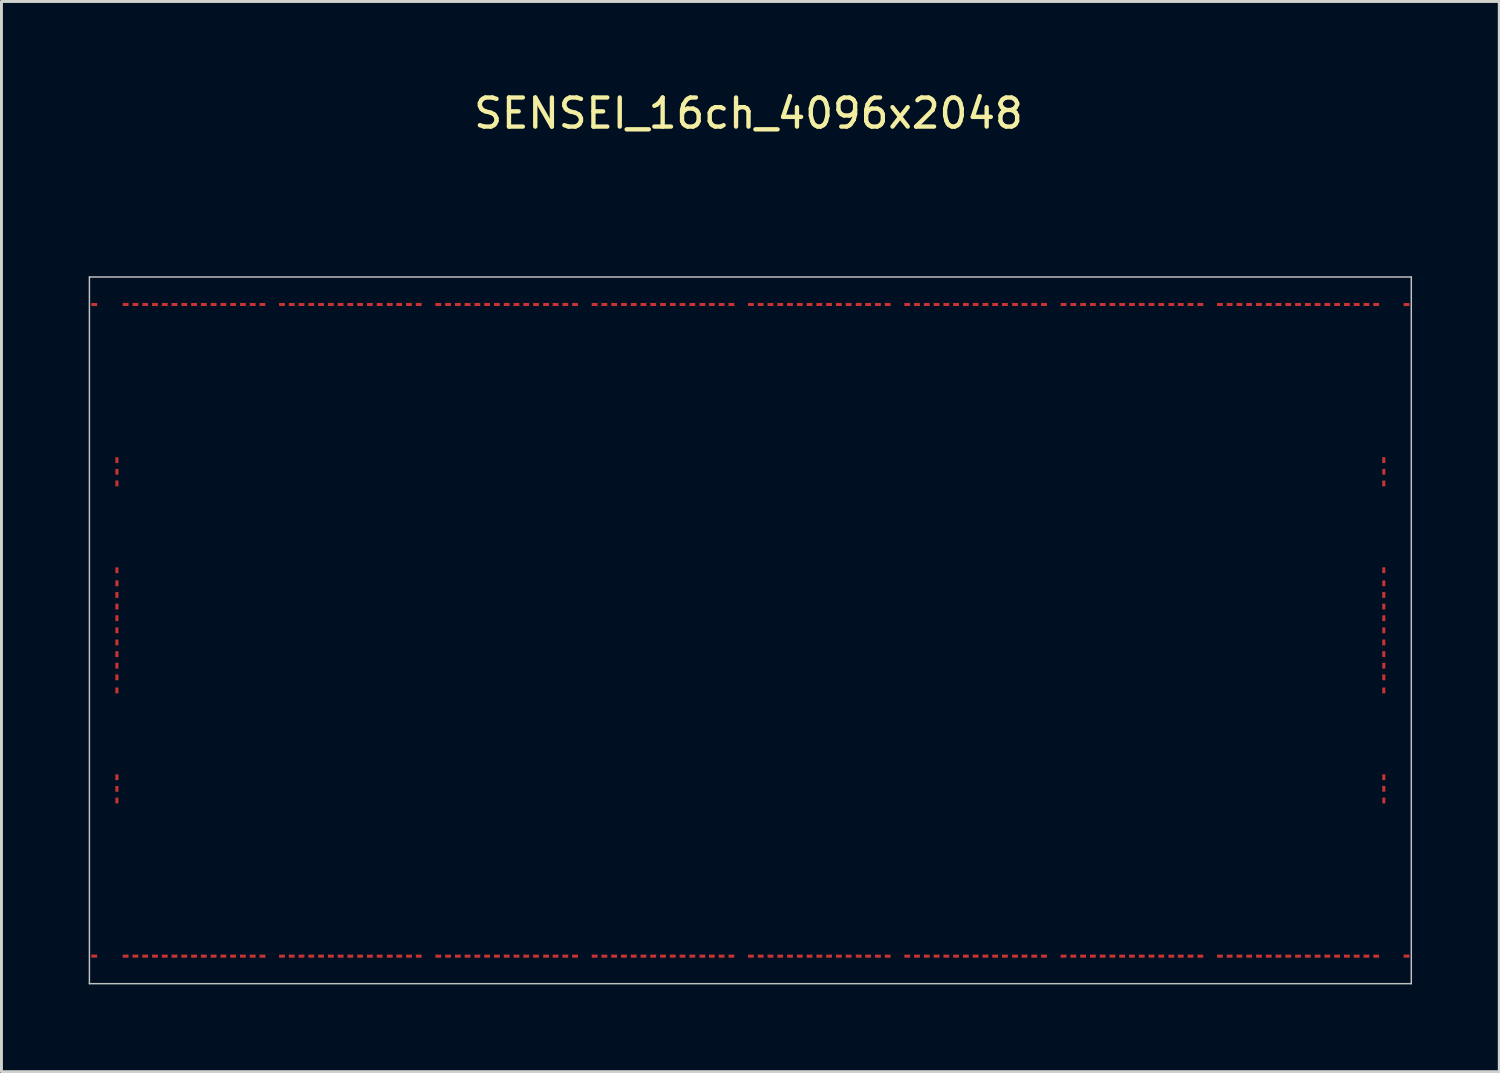
<source format=kicad_pcb>
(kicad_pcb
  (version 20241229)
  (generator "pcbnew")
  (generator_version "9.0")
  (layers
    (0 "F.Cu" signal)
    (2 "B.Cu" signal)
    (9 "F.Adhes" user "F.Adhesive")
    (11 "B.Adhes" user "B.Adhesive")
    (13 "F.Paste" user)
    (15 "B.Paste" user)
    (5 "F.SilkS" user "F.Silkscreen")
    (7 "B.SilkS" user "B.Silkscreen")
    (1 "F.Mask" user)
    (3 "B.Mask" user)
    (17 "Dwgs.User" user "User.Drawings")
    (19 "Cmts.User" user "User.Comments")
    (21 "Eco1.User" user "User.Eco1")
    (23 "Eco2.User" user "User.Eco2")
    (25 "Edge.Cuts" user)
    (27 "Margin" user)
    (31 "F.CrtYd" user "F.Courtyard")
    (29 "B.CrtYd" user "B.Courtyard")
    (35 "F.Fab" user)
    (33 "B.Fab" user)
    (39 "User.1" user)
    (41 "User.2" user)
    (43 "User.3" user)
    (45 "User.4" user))
  (footprint "SENSEI_16ch_4096x2048"
    (layer "F.Cu")
    (at 22.756 18.628)
    (property "Reference" "SENSEI_16ch_4096x2048" (at -0.064 -17.78 0) (layer "F.SilkS") (effects (font (size 1 1) (thickness 0.15))))
    (attr through_hole)
    (fp_line (start -22.731 -12.152) (end -22.731 12.152) (stroke (width 0.05) (type solid)) (layer "Dwgs.User"))
    (fp_line (start -22.731 -12.152) (end 22.731 -12.152) (stroke (width 0.05) (type solid)) (layer "Dwgs.User"))
    (fp_line (start -22.731 12.152) (end 22.731 12.152) (stroke (width 0.05) (type solid)) (layer "Dwgs.User"))
    (fp_line (start 22.731 -12.152) (end 22.731 12.152) (stroke (width 0.05) (type solid)) (layer "Dwgs.User"))
    (pad "1" smd rect (at -22.566 -11.204) (size 0.2 0.105) (layers "F.Cu" "F.Mask" "F.Paste"))
    (pad "2" smd rect (at -21.785 -5.853 90) (size 0.2 0.105) (layers "F.Cu" "F.Mask" "F.Paste"))
    (pad "3" smd rect (at -21.785 -5.452 90) (size 0.2 0.105) (layers "F.Cu" "F.Mask" "F.Paste"))
    (pad "4" smd rect (at -21.785 -5.053 90) (size 0.2 0.105) (layers "F.Cu" "F.Mask" "F.Paste"))
    (pad "5" smd rect (at -21.785 -2.067 90) (size 0.2 0.105) (layers "F.Cu" "F.Mask" "F.Paste"))
    (pad "6" smd rect (at -21.785 -1.617 90) (size 0.2 0.105) (layers "F.Cu" "F.Mask" "F.Paste"))
    (pad "7" smd rect (at -21.785 -1.217 90) (size 0.2 0.105) (layers "F.Cu" "F.Mask" "F.Paste"))
    (pad "8" smd rect (at -21.785 -0.817 90) (size 0.2 0.105) (layers "F.Cu" "F.Mask" "F.Paste"))
    (pad "9" smd rect (at -21.785 -0.417 90) (size 0.2 0.105) (layers "F.Cu" "F.Mask" "F.Paste"))
    (pad "10" smd rect (at -21.785 0 90) (size 0.2 0.105) (layers "F.Cu" "F.Mask" "F.Paste"))
    (pad "11" smd rect (at -21.785 0.417 90) (size 0.2 0.105) (layers "F.Cu" "F.Mask" "F.Paste"))
    (pad "12" smd rect (at -21.785 0.817 90) (size 0.2 0.105) (layers "F.Cu" "F.Mask" "F.Paste"))
    (pad "13" smd rect (at -21.785 1.217 90) (size 0.2 0.105) (layers "F.Cu" "F.Mask" "F.Paste"))
    (pad "14" smd rect (at -21.785 1.617 270) (size 0.2 0.105) (layers "F.Cu" "F.Mask" "F.Paste"))
    (pad "15" smd rect (at -21.785 2.067 90) (size 0.2 0.105) (layers "F.Cu" "F.Mask" "F.Paste"))
    (pad "16" smd rect (at -21.785 5.053 90) (size 0.2 0.105) (layers "F.Cu" "F.Mask" "F.Paste"))
    (pad "17" smd rect (at -21.785 5.452 90) (size 0.2 0.105) (layers "F.Cu" "F.Mask" "F.Paste"))
    (pad "18" smd rect (at -21.785 5.853 90) (size 0.2 0.105) (layers "F.Cu" "F.Mask" "F.Paste"))
    (pad "19" smd rect (at -22.566 11.204) (size 0.2 0.105) (layers "F.Cu" "F.Mask" "F.Paste"))
    (pad "20" smd rect (at -21.485 11.206) (size 0.2 0.105) (layers "F.Cu" "F.Mask" "F.Paste"))
    (pad "21" smd rect (at -21.148 11.206) (size 0.2 0.105) (layers "F.Cu" "F.Mask" "F.Paste"))
    (pad "22" smd rect (at -20.812 11.206) (size 0.2 0.105) (layers "F.Cu" "F.Mask" "F.Paste"))
    (pad "23" smd rect (at -20.477 11.206) (size 0.2 0.105) (layers "F.Cu" "F.Mask" "F.Paste"))
    (pad "24" smd rect (at -20.14 11.206) (size 0.2 0.105) (layers "F.Cu" "F.Mask" "F.Paste"))
    (pad "25" smd rect (at -19.805 11.206) (size 0.2 0.105) (layers "F.Cu" "F.Mask" "F.Paste"))
    (pad "26" smd rect (at -19.468 11.206) (size 0.2 0.105) (layers "F.Cu" "F.Mask" "F.Paste"))
    (pad "27" smd rect (at -19.133 11.206) (size 0.2 0.105) (layers "F.Cu" "F.Mask" "F.Paste"))
    (pad "28" smd rect (at -18.797 11.206) (size 0.2 0.105) (layers "F.Cu" "F.Mask" "F.Paste"))
    (pad "29" smd rect (at -18.46 11.206) (size 0.2 0.105) (layers "F.Cu" "F.Mask" "F.Paste"))
    (pad "30" smd rect (at -18.125 11.206) (size 0.2 0.105) (layers "F.Cu" "F.Mask" "F.Paste"))
    (pad "31" smd rect (at -17.788 11.206) (size 0.2 0.105) (layers "F.Cu" "F.Mask" "F.Paste"))
    (pad "32" smd rect (at -17.453 11.206) (size 0.2 0.105) (layers "F.Cu" "F.Mask" "F.Paste"))
    (pad "33" smd rect (at -17.116 11.206) (size 0.2 0.105) (layers "F.Cu" "F.Mask" "F.Paste"))
    (pad "34" smd rect (at -16.78 11.206) (size 0.2 0.105) (layers "F.Cu" "F.Mask" "F.Paste"))
    (pad "35" smd rect (at -16.108 11.206) (size 0.2 0.105) (layers "F.Cu" "F.Mask" "F.Paste"))
    (pad "36" smd rect (at -15.773 11.206) (size 0.2 0.105) (layers "F.Cu" "F.Mask" "F.Paste"))
    (pad "37" smd rect (at -15.437 11.206) (size 0.2 0.105) (layers "F.Cu" "F.Mask" "F.Paste"))
    (pad "38" smd rect (at -15.101 11.206) (size 0.2 0.105) (layers "F.Cu" "F.Mask" "F.Paste"))
    (pad "39" smd rect (at -14.764 11.206) (size 0.2 0.105) (layers "F.Cu" "F.Mask" "F.Paste"))
    (pad "40" smd rect (at -14.428 11.206) (size 0.2 0.105) (layers "F.Cu" "F.Mask" "F.Paste"))
    (pad "41" smd rect (at -14.092 11.206) (size 0.2 0.105) (layers "F.Cu" "F.Mask" "F.Paste"))
    (pad "42" smd rect (at -13.757 11.206) (size 0.2 0.105) (layers "F.Cu" "F.Mask" "F.Paste"))
    (pad "43" smd rect (at -13.421 11.206) (size 0.2 0.105) (layers "F.Cu" "F.Mask" "F.Paste"))
    (pad "44" smd rect (at -13.085 11.206) (size 0.2 0.105) (layers "F.Cu" "F.Mask" "F.Paste"))
    (pad "45" smd rect (at -12.748 11.206) (size 0.2 0.105) (layers "F.Cu" "F.Mask" "F.Paste"))
    (pad "46" smd rect (at -12.401 11.206) (size 0.2 0.105) (layers "F.Cu" "F.Mask" "F.Paste"))
    (pad "47" smd rect (at -12.076 11.206) (size 0.2 0.105) (layers "F.Cu" "F.Mask" "F.Paste"))
    (pad "48" smd rect (at -11.741 11.206) (size 0.2 0.105) (layers "F.Cu" "F.Mask" "F.Paste"))
    (pad "49" smd rect (at -11.405 11.206) (size 0.2 0.105) (layers "F.Cu" "F.Mask" "F.Paste"))
    (pad "50" smd rect (at -10.732 11.206) (size 0.2 0.105) (layers "F.Cu" "F.Mask" "F.Paste"))
    (pad "51" smd rect (at -10.396 11.206) (size 0.2 0.105) (layers "F.Cu" "F.Mask" "F.Paste"))
    (pad "52" smd rect (at -10.06 11.206) (size 0.2 0.105) (layers "F.Cu" "F.Mask" "F.Paste"))
    (pad "53" smd rect (at -9.725 11.206) (size 0.2 0.105) (layers "F.Cu" "F.Mask" "F.Paste"))
    (pad "54" smd rect (at -9.389 11.206) (size 0.2 0.105) (layers "F.Cu" "F.Mask" "F.Paste"))
    (pad "55" smd rect (at -9.053 11.206) (size 0.2 0.105) (layers "F.Cu" "F.Mask" "F.Paste"))
    (pad "56" smd rect (at -8.716 11.206) (size 0.2 0.105) (layers "F.Cu" "F.Mask" "F.Paste"))
    (pad "57" smd rect (at -8.38 11.206) (size 0.2 0.105) (layers "F.Cu" "F.Mask" "F.Paste"))
    (pad "58" smd rect (at -8.044 11.206) (size 0.2 0.105) (layers "F.Cu" "F.Mask" "F.Paste"))
    (pad "59" smd rect (at -7.708 11.206) (size 0.2 0.105) (layers "F.Cu" "F.Mask" "F.Paste"))
    (pad "60" smd rect (at -7.372 11.206) (size 0.2 0.105) (layers "F.Cu" "F.Mask" "F.Paste"))
    (pad "61" smd rect (at -7.025 11.206) (size 0.2 0.105) (layers "F.Cu" "F.Mask" "F.Paste"))
    (pad "62" smd rect (at -6.7 11.206) (size 0.2 0.105) (layers "F.Cu" "F.Mask" "F.Paste"))
    (pad "63" smd rect (at -6.364 11.206) (size 0.2 0.105) (layers "F.Cu" "F.Mask" "F.Paste"))
    (pad "64" smd rect (at -6.029 11.206) (size 0.2 0.105) (layers "F.Cu" "F.Mask" "F.Paste"))
    (pad "65" smd rect (at -5.356 11.206) (size 0.2 0.105) (layers "F.Cu" "F.Mask" "F.Paste"))
    (pad "66" smd rect (at -5.021 11.206) (size 0.2 0.105) (layers "F.Cu" "F.Mask" "F.Paste"))
    (pad "67" smd rect (at -4.684 11.206) (size 0.2 0.105) (layers "F.Cu" "F.Mask" "F.Paste"))
    (pad "68" smd rect (at -4.348 11.206) (size 0.2 0.105) (layers "F.Cu" "F.Mask" "F.Paste"))
    (pad "69" smd rect (at -4.013 11.206) (size 0.2 0.105) (layers "F.Cu" "F.Mask" "F.Paste"))
    (pad "70" smd rect (at -3.676 11.206) (size 0.2 0.105) (layers "F.Cu" "F.Mask" "F.Paste"))
    (pad "71" smd rect (at -3.341 11.206) (size 0.2 0.105) (layers "F.Cu" "F.Mask" "F.Paste"))
    (pad "72" smd rect (at -3.005 11.206) (size 0.2 0.105) (layers "F.Cu" "F.Mask" "F.Paste"))
    (pad "73" smd rect (at -2.668 11.206) (size 0.2 0.105) (layers "F.Cu" "F.Mask" "F.Paste"))
    (pad "74" smd rect (at -2.333 11.206) (size 0.2 0.105) (layers "F.Cu" "F.Mask" "F.Paste"))
    (pad "75" smd rect (at -1.996 11.206) (size 0.2 0.105) (layers "F.Cu" "F.Mask" "F.Paste"))
    (pad "76" smd rect (at -1.649 11.206) (size 0.2 0.105) (layers "F.Cu" "F.Mask" "F.Paste"))
    (pad "77" smd rect (at -1.325 11.206) (size 0.2 0.105) (layers "F.Cu" "F.Mask" "F.Paste"))
    (pad "78" smd rect (at -0.989 11.206) (size 0.2 0.105) (layers "F.Cu" "F.Mask" "F.Paste"))
    (pad "79" smd rect (at -0.652 11.206) (size 0.2 0.105) (layers "F.Cu" "F.Mask" "F.Paste"))
    (pad "80" smd rect (at 0.019 11.206) (size 0.2 0.105) (layers "F.Cu" "F.Mask" "F.Paste"))
    (pad "81" smd rect (at 0.355 11.206) (size 0.2 0.105) (layers "F.Cu" "F.Mask" "F.Paste"))
    (pad "82" smd rect (at 0.692 11.206) (size 0.2 0.105) (layers "F.Cu" "F.Mask" "F.Paste"))
    (pad "83" smd rect (at 1.028 11.206) (size 0.2 0.105) (layers "F.Cu" "F.Mask" "F.Paste"))
    (pad "84" smd rect (at 1.363 11.206) (size 0.2 0.105) (layers "F.Cu" "F.Mask" "F.Paste"))
    (pad "85" smd rect (at 1.7 11.206) (size 0.2 0.105) (layers "F.Cu" "F.Mask" "F.Paste"))
    (pad "86" smd rect (at 2.035 11.206) (size 0.2 0.105) (layers "F.Cu" "F.Mask" "F.Paste"))
    (pad "87" smd rect (at 2.372 11.206) (size 0.2 0.105) (layers "F.Cu" "F.Mask" "F.Paste"))
    (pad "88" smd rect (at 2.708 11.206) (size 0.2 0.105) (layers "F.Cu" "F.Mask" "F.Paste"))
    (pad "89" smd rect (at 3.043 11.206) (size 0.2 0.105) (layers "F.Cu" "F.Mask" "F.Paste"))
    (pad "90" smd rect (at 3.38 11.206) (size 0.2 0.105) (layers "F.Cu" "F.Mask" "F.Paste"))
    (pad "91" smd rect (at 3.727 11.206) (size 0.2 0.105) (layers "F.Cu" "F.Mask" "F.Paste"))
    (pad "92" smd rect (at 4.051 11.206) (size 0.2 0.105) (layers "F.Cu" "F.Mask" "F.Paste"))
    (pad "93" smd rect (at 4.388 11.206) (size 0.2 0.105) (layers "F.Cu" "F.Mask" "F.Paste"))
    (pad "94" smd rect (at 4.723 11.206) (size 0.2 0.105) (layers "F.Cu" "F.Mask" "F.Paste"))
    (pad "95" smd rect (at 5.396 11.206) (size 0.2 0.105) (layers "F.Cu" "F.Mask" "F.Paste"))
    (pad "96" smd rect (at 5.731 11.206) (size 0.2 0.105) (layers "F.Cu" "F.Mask" "F.Paste"))
    (pad "97" smd rect (at 6.067 11.206) (size 0.2 0.105) (layers "F.Cu" "F.Mask" "F.Paste"))
    (pad "98" smd rect (at 6.404 11.206) (size 0.2 0.105) (layers "F.Cu" "F.Mask" "F.Paste"))
    (pad "99" smd rect (at 6.739 11.206) (size 0.2 0.105) (layers "F.Cu" "F.Mask" "F.Paste"))
    (pad "100" smd rect (at 7.075 11.206) (size 0.2 0.105) (layers "F.Cu" "F.Mask" "F.Paste"))
    (pad "101" smd rect (at 7.412 11.206) (size 0.2 0.105) (layers "F.Cu" "F.Mask" "F.Paste"))
    (pad "102" smd rect (at 7.747 11.206) (size 0.2 0.105) (layers "F.Cu" "F.Mask" "F.Paste"))
    (pad "103" smd rect (at 8.084 11.206) (size 0.2 0.105) (layers "F.Cu" "F.Mask" "F.Paste"))
    (pad "104" smd rect (at 8.419 11.206) (size 0.2 0.105) (layers "F.Cu" "F.Mask" "F.Paste"))
    (pad "105" smd rect (at 8.755 11.206) (size 0.2 0.105) (layers "F.Cu" "F.Mask" "F.Paste"))
    (pad "106" smd rect (at 9.103 11.206) (size 0.2 0.105) (layers "F.Cu" "F.Mask" "F.Paste"))
    (pad "107" smd rect (at 9.428 11.206) (size 0.2 0.105) (layers "F.Cu" "F.Mask" "F.Paste"))
    (pad "108" smd rect (at 9.764 11.206) (size 0.2 0.105) (layers "F.Cu" "F.Mask" "F.Paste"))
    (pad "109" smd rect (at 10.1 11.206) (size 0.2 0.105) (layers "F.Cu" "F.Mask" "F.Paste"))
    (pad "110" smd rect (at 10.771 11.206) (size 0.2 0.105) (layers "F.Cu" "F.Mask" "F.Paste"))
    (pad "111" smd rect (at 11.107 11.206) (size 0.2 0.105) (layers "F.Cu" "F.Mask" "F.Paste"))
    (pad "112" smd rect (at 11.444 11.206) (size 0.2 0.105) (layers "F.Cu" "F.Mask" "F.Paste"))
    (pad "113" smd rect (at 11.78 11.206) (size 0.2 0.105) (layers "F.Cu" "F.Mask" "F.Paste"))
    (pad "114" smd rect (at 12.116 11.206) (size 0.2 0.105) (layers "F.Cu" "F.Mask" "F.Paste"))
    (pad "115" smd rect (at 12.451 11.206) (size 0.2 0.105) (layers "F.Cu" "F.Mask" "F.Paste"))
    (pad "116" smd rect (at 12.787 11.206) (size 0.2 0.105) (layers "F.Cu" "F.Mask" "F.Paste"))
    (pad "117" smd rect (at 13.123 11.206) (size 0.2 0.105) (layers "F.Cu" "F.Mask" "F.Paste"))
    (pad "118" smd rect (at 13.46 11.206) (size 0.2 0.105) (layers "F.Cu" "F.Mask" "F.Paste"))
    (pad "119" smd rect (at 13.796 11.206) (size 0.2 0.105) (layers "F.Cu" "F.Mask" "F.Paste"))
    (pad "120" smd rect (at 14.132 11.206) (size 0.2 0.105) (layers "F.Cu" "F.Mask" "F.Paste"))
    (pad "121" smd rect (at 14.479 11.206) (size 0.2 0.105) (layers "F.Cu" "F.Mask" "F.Paste"))
    (pad "122" smd rect (at 14.803 11.206) (size 0.2 0.105) (layers "F.Cu" "F.Mask" "F.Paste"))
    (pad "123" smd rect (at 15.139 11.206) (size 0.2 0.105) (layers "F.Cu" "F.Mask" "F.Paste"))
    (pad "124" smd rect (at 15.476 11.206) (size 0.2 0.105) (layers "F.Cu" "F.Mask" "F.Paste"))
    (pad "125" smd rect (at 16.148 11.206) (size 0.2 0.105) (layers "F.Cu" "F.Mask" "F.Paste"))
    (pad "126" smd rect (at 16.483 11.206) (size 0.2 0.105) (layers "F.Cu" "F.Mask" "F.Paste"))
    (pad "127" smd rect (at 16.82 11.206) (size 0.2 0.105) (layers "F.Cu" "F.Mask" "F.Paste"))
    (pad "128" smd rect (at 17.155 11.206) (size 0.2 0.105) (layers "F.Cu" "F.Mask" "F.Paste"))
    (pad "129" smd rect (at 17.491 11.206) (size 0.2 0.105) (layers "F.Cu" "F.Mask" "F.Paste"))
    (pad "130" smd rect (at 17.828 11.206) (size 0.2 0.105) (layers "F.Cu" "F.Mask" "F.Paste"))
    (pad "131" smd rect (at 18.163 11.206) (size 0.2 0.105) (layers "F.Cu" "F.Mask" "F.Paste"))
    (pad "132" smd rect (at 18.5 11.206) (size 0.2 0.105) (layers "F.Cu" "F.Mask" "F.Paste"))
    (pad "133" smd rect (at 18.835 11.206) (size 0.2 0.105) (layers "F.Cu" "F.Mask" "F.Paste"))
    (pad "134" smd rect (at 19.172 11.206) (size 0.2 0.105) (layers "F.Cu" "F.Mask" "F.Paste"))
    (pad "135" smd rect (at 19.508 11.206) (size 0.2 0.105) (layers "F.Cu" "F.Mask" "F.Paste"))
    (pad "136" smd rect (at 19.843 11.206) (size 0.2 0.105) (layers "F.Cu" "F.Mask" "F.Paste"))
    (pad "137" smd rect (at 20.18 11.206) (size 0.2 0.105) (layers "F.Cu" "F.Mask" "F.Paste"))
    (pad "138" smd rect (at 20.515 11.206) (size 0.2 0.105) (layers "F.Cu" "F.Mask" "F.Paste"))
    (pad "139" smd rect (at 20.852 11.206) (size 0.2 0.105) (layers "F.Cu" "F.Mask" "F.Paste"))
    (pad "140" smd rect (at 21.188 11.206) (size 0.2 0.105) (layers "F.Cu" "F.Mask" "F.Paste"))
    (pad "141" smd rect (at 21.523 11.206) (size 0.2 0.105) (layers "F.Cu" "F.Mask" "F.Paste"))
    (pad "142" smd rect (at 22.566 11.204) (size 0.2 0.105) (layers "F.Cu" "F.Mask" "F.Paste"))
    (pad "143" smd rect (at 21.785 5.853 90) (size 0.2 0.105) (layers "F.Cu" "F.Mask" "F.Paste"))
    (pad "144" smd rect (at 21.785 5.452 90) (size 0.2 0.105) (layers "F.Cu" "F.Mask" "F.Paste"))
    (pad "145" smd rect (at 21.785 5.053 270) (size 0.2 0.105) (layers "F.Cu" "F.Mask" "F.Paste"))
    (pad "146" smd rect (at 21.785 2.067 90) (size 0.2 0.105) (layers "F.Cu" "F.Mask" "F.Paste"))
    (pad "147" smd rect (at 21.785 1.617 90) (size 0.2 0.105) (layers "F.Cu" "F.Mask" "F.Paste"))
    (pad "148" smd rect (at 21.785 1.217 90) (size 0.2 0.105) (layers "F.Cu" "F.Mask" "F.Paste"))
    (pad "149" smd rect (at 21.785 0.817 90) (size 0.2 0.105) (layers "F.Cu" "F.Mask" "F.Paste"))
    (pad "150" smd rect (at 21.785 0.417 90) (size 0.2 0.105) (layers "F.Cu" "F.Mask" "F.Paste"))
    (pad "151" smd rect (at 21.785 0 90) (size 0.2 0.105) (layers "F.Cu" "F.Mask" "F.Paste"))
    (pad "152" smd rect (at 21.785 -0.417 90) (size 0.2 0.105) (layers "F.Cu" "F.Mask" "F.Paste"))
    (pad "153" smd rect (at 21.785 -0.817 90) (size 0.2 0.105) (layers "F.Cu" "F.Mask" "F.Paste"))
    (pad "154" smd rect (at 21.785 -1.217 90) (size 0.2 0.105) (layers "F.Cu" "F.Mask" "F.Paste"))
    (pad "155" smd rect (at 21.785 -1.617 90) (size 0.2 0.105) (layers "F.Cu" "F.Mask" "F.Paste"))
    (pad "156" smd rect (at 21.785 -2.067 90) (size 0.2 0.105) (layers "F.Cu" "F.Mask" "F.Paste"))
    (pad "157" smd rect (at 21.785 -5.053 90) (size 0.2 0.105) (layers "F.Cu" "F.Mask" "F.Paste"))
    (pad "158" smd rect (at 21.785 -5.452 90) (size 0.2 0.105) (layers "F.Cu" "F.Mask" "F.Paste"))
    (pad "159" smd rect (at 21.785 -5.853 90) (size 0.2 0.105) (layers "F.Cu" "F.Mask" "F.Paste"))
    (pad "160" smd rect (at 22.566 -11.204 180) (size 0.2 0.105) (layers "F.Cu" "F.Mask" "F.Paste"))
    (pad "161" smd rect (at 21.523 -11.206 180) (size 0.2 0.105) (layers "F.Cu" "F.Mask" "F.Paste"))
    (pad "162" smd rect (at 21.188 -11.206 180) (size 0.2 0.105) (layers "F.Cu" "F.Mask" "F.Paste"))
    (pad "163" smd rect (at 20.852 -11.206 180) (size 0.2 0.105) (layers "F.Cu" "F.Mask" "F.Paste"))
    (pad "164" smd rect (at 20.515 -11.206 180) (size 0.2 0.105) (layers "F.Cu" "F.Mask" "F.Paste"))
    (pad "165" smd rect (at 20.18 -11.206 180) (size 0.2 0.105) (layers "F.Cu" "F.Mask" "F.Paste"))
    (pad "166" smd rect (at 19.843 -11.206 180) (size 0.2 0.105) (layers "F.Cu" "F.Mask" "F.Paste"))
    (pad "167" smd rect (at 19.508 -11.206 180) (size 0.2 0.105) (layers "F.Cu" "F.Mask" "F.Paste"))
    (pad "168" smd rect (at 19.172 -11.206 180) (size 0.2 0.105) (layers "F.Cu" "F.Mask" "F.Paste"))
    (pad "169" smd rect (at 18.835 -11.206 180) (size 0.2 0.105) (layers "F.Cu" "F.Mask" "F.Paste"))
    (pad "170" smd rect (at 18.5 -11.206 180) (size 0.2 0.105) (layers "F.Cu" "F.Mask" "F.Paste"))
    (pad "171" smd rect (at 18.163 -11.206 180) (size 0.2 0.105) (layers "F.Cu" "F.Mask" "F.Paste"))
    (pad "172" smd rect (at 17.828 -11.206 180) (size 0.2 0.105) (layers "F.Cu" "F.Mask" "F.Paste"))
    (pad "173" smd rect (at 17.491 -11.206 180) (size 0.2 0.105) (layers "F.Cu" "F.Mask" "F.Paste"))
    (pad "174" smd rect (at 17.155 -11.206 180) (size 0.2 0.105) (layers "F.Cu" "F.Mask" "F.Paste"))
    (pad "175" smd rect (at 16.82 -11.206 180) (size 0.2 0.105) (layers "F.Cu" "F.Mask" "F.Paste"))
    (pad "176" smd rect (at 16.483 -11.206 180) (size 0.2 0.105) (layers "F.Cu" "F.Mask" "F.Paste"))
    (pad "177" smd rect (at 16.148 -11.206 180) (size 0.2 0.105) (layers "F.Cu" "F.Mask" "F.Paste"))
    (pad "178" smd rect (at 15.476 -11.206 180) (size 0.2 0.105) (layers "F.Cu" "F.Mask" "F.Paste"))
    (pad "179" smd rect (at 15.139 -11.206 180) (size 0.2 0.105) (layers "F.Cu" "F.Mask" "F.Paste"))
    (pad "180" smd rect (at 14.803 -11.206 180) (size 0.2 0.105) (layers "F.Cu" "F.Mask" "F.Paste"))
    (pad "181" smd rect (at 14.479 -11.206 180) (size 0.2 0.105) (layers "F.Cu" "F.Mask" "F.Paste"))
    (pad "182" smd rect (at 14.132 -11.206 180) (size 0.2 0.105) (layers "F.Cu" "F.Mask" "F.Paste"))
    (pad "183" smd rect (at 13.796 -11.206 180) (size 0.2 0.105) (layers "F.Cu" "F.Mask" "F.Paste"))
    (pad "184" smd rect (at 13.46 -11.206 180) (size 0.2 0.105) (layers "F.Cu" "F.Mask" "F.Paste"))
    (pad "185" smd rect (at 13.123 -11.206 180) (size 0.2 0.105) (layers "F.Cu" "F.Mask" "F.Paste"))
    (pad "186" smd rect (at 12.787 -11.206 180) (size 0.2 0.105) (layers "F.Cu" "F.Mask" "F.Paste"))
    (pad "187" smd rect (at 12.451 -11.206 180) (size 0.2 0.105) (layers "F.Cu" "F.Mask" "F.Paste"))
    (pad "188" smd rect (at 12.116 -11.206 180) (size 0.2 0.105) (layers "F.Cu" "F.Mask" "F.Paste"))
    (pad "189" smd rect (at 11.78 -11.206 180) (size 0.2 0.105) (layers "F.Cu" "F.Mask" "F.Paste"))
    (pad "190" smd rect (at 11.444 -11.206 180) (size 0.2 0.105) (layers "F.Cu" "F.Mask" "F.Paste"))
    (pad "191" smd rect (at 11.107 -11.206 180) (size 0.2 0.105) (layers "F.Cu" "F.Mask" "F.Paste"))
    (pad "192" smd rect (at 10.771 -11.206 180) (size 0.2 0.105) (layers "F.Cu" "F.Mask" "F.Paste"))
    (pad "193" smd rect (at 10.1 -11.206 180) (size 0.2 0.105) (layers "F.Cu" "F.Mask" "F.Paste"))
    (pad "194" smd rect (at 9.764 -11.206 180) (size 0.2 0.105) (layers "F.Cu" "F.Mask" "F.Paste"))
    (pad "195" smd rect (at 9.428 -11.206 180) (size 0.2 0.105) (layers "F.Cu" "F.Mask" "F.Paste"))
    (pad "196" smd rect (at 9.103 -11.206 180) (size 0.2 0.105) (layers "F.Cu" "F.Mask" "F.Paste"))
    (pad "197" smd rect (at 8.755 -11.206 180) (size 0.2 0.105) (layers "F.Cu" "F.Mask" "F.Paste"))
    (pad "198" smd rect (at 8.419 -11.206 180) (size 0.2 0.105) (layers "F.Cu" "F.Mask" "F.Paste"))
    (pad "199" smd rect (at 8.084 -11.206 180) (size 0.2 0.105) (layers "F.Cu" "F.Mask" "F.Paste"))
    (pad "200" smd rect (at 7.747 -11.206 180) (size 0.2 0.105) (layers "F.Cu" "F.Mask" "F.Paste"))
    (pad "201" smd rect (at 7.412 -11.206 180) (size 0.2 0.105) (layers "F.Cu" "F.Mask" "F.Paste"))
    (pad "202" smd rect (at 7.075 -11.206 180) (size 0.2 0.105) (layers "F.Cu" "F.Mask" "F.Paste"))
    (pad "203" smd rect (at 6.739 -11.206 180) (size 0.2 0.105) (layers "F.Cu" "F.Mask" "F.Paste"))
    (pad "204" smd rect (at 6.404 -11.206 180) (size 0.2 0.105) (layers "F.Cu" "F.Mask" "F.Paste"))
    (pad "205" smd rect (at 6.067 -11.206 180) (size 0.2 0.105) (layers "F.Cu" "F.Mask" "F.Paste"))
    (pad "206" smd rect (at 5.731 -11.206 180) (size 0.2 0.105) (layers "F.Cu" "F.Mask" "F.Paste"))
    (pad "207" smd rect (at 5.396 -11.206 180) (size 0.2 0.105) (layers "F.Cu" "F.Mask" "F.Paste"))
    (pad "208" smd rect (at 4.723 -11.206 180) (size 0.2 0.105) (layers "F.Cu" "F.Mask" "F.Paste"))
    (pad "209" smd rect (at 4.388 -11.206 180) (size 0.2 0.105) (layers "F.Cu" "F.Mask" "F.Paste"))
    (pad "210" smd rect (at 4.051 -11.206 180) (size 0.2 0.105) (layers "F.Cu" "F.Mask" "F.Paste"))
    (pad "211" smd rect (at 3.727 -11.206 180) (size 0.2 0.105) (layers "F.Cu" "F.Mask" "F.Paste"))
    (pad "212" smd rect (at 3.38 -11.206 180) (size 0.2 0.105) (layers "F.Cu" "F.Mask" "F.Paste"))
    (pad "213" smd rect (at 3.043 -11.206 180) (size 0.2 0.105) (layers "F.Cu" "F.Mask" "F.Paste"))
    (pad "214" smd rect (at 2.708 -11.206 180) (size 0.2 0.105) (layers "F.Cu" "F.Mask" "F.Paste"))
    (pad "215" smd rect (at 2.372 -11.206 180) (size 0.2 0.105) (layers "F.Cu" "F.Mask" "F.Paste"))
    (pad "216" smd rect (at 2.035 -11.206 180) (size 0.2 0.105) (layers "F.Cu" "F.Mask" "F.Paste"))
    (pad "217" smd rect (at 1.7 -11.206 180) (size 0.2 0.105) (layers "F.Cu" "F.Mask" "F.Paste"))
    (pad "218" smd rect (at 1.363 -11.206 180) (size 0.2 0.105) (layers "F.Cu" "F.Mask" "F.Paste"))
    (pad "219" smd rect (at 1.028 -11.206 180) (size 0.2 0.105) (layers "F.Cu" "F.Mask" "F.Paste"))
    (pad "220" smd rect (at 0.692 -11.206 180) (size 0.2 0.105) (layers "F.Cu" "F.Mask" "F.Paste"))
    (pad "221" smd rect (at 0.355 -11.206 180) (size 0.2 0.105) (layers "F.Cu" "F.Mask" "F.Paste"))
    (pad "222" smd rect (at 0.019 -11.206 180) (size 0.2 0.105) (layers "F.Cu" "F.Mask" "F.Paste"))
    (pad "223" smd rect (at -0.652 -11.206 180) (size 0.2 0.105) (layers "F.Cu" "F.Mask" "F.Paste"))
    (pad "224" smd rect (at -0.989 -11.206 180) (size 0.2 0.105) (layers "F.Cu" "F.Mask" "F.Paste"))
    (pad "225" smd rect (at -1.325 -11.206 180) (size 0.2 0.105) (layers "F.Cu" "F.Mask" "F.Paste"))
    (pad "226" smd rect (at -1.649 -11.206 180) (size 0.2 0.105) (layers "F.Cu" "F.Mask" "F.Paste"))
    (pad "227" smd rect (at -1.996 -11.206 180) (size 0.2 0.105) (layers "F.Cu" "F.Mask" "F.Paste"))
    (pad "228" smd rect (at -2.333 -11.206 180) (size 0.2 0.105) (layers "F.Cu" "F.Mask" "F.Paste"))
    (pad "229" smd rect (at -2.668 -11.206 180) (size 0.2 0.105) (layers "F.Cu" "F.Mask" "F.Paste"))
    (pad "230" smd rect (at -3.005 -11.206 180) (size 0.2 0.105) (layers "F.Cu" "F.Mask" "F.Paste"))
    (pad "231" smd rect (at -3.341 -11.206 180) (size 0.2 0.105) (layers "F.Cu" "F.Mask" "F.Paste"))
    (pad "232" smd rect (at -3.676 -11.206 180) (size 0.2 0.105) (layers "F.Cu" "F.Mask" "F.Paste"))
    (pad "233" smd rect (at -4.013 -11.206 180) (size 0.2 0.105) (layers "F.Cu" "F.Mask" "F.Paste"))
    (pad "234" smd rect (at -4.348 -11.206 180) (size 0.2 0.105) (layers "F.Cu" "F.Mask" "F.Paste"))
    (pad "235" smd rect (at -4.684 -11.206 180) (size 0.2 0.105) (layers "F.Cu" "F.Mask" "F.Paste"))
    (pad "236" smd rect (at -5.021 -11.206 180) (size 0.2 0.105) (layers "F.Cu" "F.Mask" "F.Paste"))
    (pad "237" smd rect (at -5.356 -11.206 180) (size 0.2 0.105) (layers "F.Cu" "F.Mask" "F.Paste"))
    (pad "238" smd rect (at -6.029 -11.206 180) (size 0.2 0.105) (layers "F.Cu" "F.Mask" "F.Paste"))
    (pad "239" smd rect (at -6.364 -11.206 180) (size 0.2 0.105) (layers "F.Cu" "F.Mask" "F.Paste"))
    (pad "240" smd rect (at -6.7 -11.206 180) (size 0.2 0.105) (layers "F.Cu" "F.Mask" "F.Paste"))
    (pad "241" smd rect (at -7.025 -11.206 180) (size 0.2 0.105) (layers "F.Cu" "F.Mask" "F.Paste"))
    (pad "242" smd rect (at -7.372 -11.206 180) (size 0.2 0.105) (layers "F.Cu" "F.Mask" "F.Paste"))
    (pad "243" smd rect (at -7.708 -11.206 180) (size 0.2 0.105) (layers "F.Cu" "F.Mask" "F.Paste"))
    (pad "244" smd rect (at -8.044 -11.206 180) (size 0.2 0.105) (layers "F.Cu" "F.Mask" "F.Paste"))
    (pad "245" smd rect (at -8.38 -11.206 180) (size 0.2 0.105) (layers "F.Cu" "F.Mask" "F.Paste"))
    (pad "246" smd rect (at -8.716 -11.206 180) (size 0.2 0.105) (layers "F.Cu" "F.Mask" "F.Paste"))
    (pad "247" smd rect (at -9.053 -11.206 180) (size 0.2 0.105) (layers "F.Cu" "F.Mask" "F.Paste"))
    (pad "248" smd rect (at -9.389 -11.206 180) (size 0.2 0.105) (layers "F.Cu" "F.Mask" "F.Paste"))
    (pad "249" smd rect (at -9.725 -11.206 180) (size 0.2 0.105) (layers "F.Cu" "F.Mask" "F.Paste"))
    (pad "250" smd rect (at -10.06 -11.206 180) (size 0.2 0.105) (layers "F.Cu" "F.Mask" "F.Paste"))
    (pad "251" smd rect (at -10.396 -11.206 180) (size 0.2 0.105) (layers "F.Cu" "F.Mask" "F.Paste"))
    (pad "252" smd rect (at -10.732 -11.206 180) (size 0.2 0.105) (layers "F.Cu" "F.Mask" "F.Paste"))
    (pad "253" smd rect (at -11.405 -11.206 180) (size 0.2 0.105) (layers "F.Cu" "F.Mask" "F.Paste"))
    (pad "254" smd rect (at -11.741 -11.206 180) (size 0.2 0.105) (layers "F.Cu" "F.Mask" "F.Paste"))
    (pad "255" smd rect (at -12.076 -11.206 180) (size 0.2 0.105) (layers "F.Cu" "F.Mask" "F.Paste"))
    (pad "256" smd rect (at -12.401 -11.206 180) (size 0.2 0.105) (layers "F.Cu" "F.Mask" "F.Paste"))
    (pad "257" smd rect (at -12.748 -11.206 180) (size 0.2 0.105) (layers "F.Cu" "F.Mask" "F.Paste"))
    (pad "258" smd rect (at -13.085 -11.206 180) (size 0.2 0.105) (layers "F.Cu" "F.Mask" "F.Paste"))
    (pad "259" smd rect (at -13.421 -11.206 180) (size 0.2 0.105) (layers "F.Cu" "F.Mask" "F.Paste"))
    (pad "260" smd rect (at -13.757 -11.206 180) (size 0.2 0.105) (layers "F.Cu" "F.Mask" "F.Paste"))
    (pad "261" smd rect (at -14.092 -11.206 180) (size 0.2 0.105) (layers "F.Cu" "F.Mask" "F.Paste"))
    (pad "262" smd rect (at -14.428 -11.206 180) (size 0.2 0.105) (layers "F.Cu" "F.Mask" "F.Paste"))
    (pad "263" smd rect (at -14.764 -11.206 180) (size 0.2 0.105) (layers "F.Cu" "F.Mask" "F.Paste"))
    (pad "264" smd rect (at -15.101 -11.206 180) (size 0.2 0.105) (layers "F.Cu" "F.Mask" "F.Paste"))
    (pad "265" smd rect (at -15.437 -11.206 180) (size 0.2 0.105) (layers "F.Cu" "F.Mask" "F.Paste"))
    (pad "266" smd rect (at -15.773 -11.206 180) (size 0.2 0.105) (layers "F.Cu" "F.Mask" "F.Paste"))
    (pad "267" smd rect (at -16.108 -11.206 180) (size 0.2 0.105) (layers "F.Cu" "F.Mask" "F.Paste"))
    (pad "268" smd rect (at -16.78 -11.206 180) (size 0.2 0.105) (layers "F.Cu" "F.Mask" "F.Paste"))
    (pad "269" smd rect (at -17.116 -11.206 180) (size 0.2 0.105) (layers "F.Cu" "F.Mask" "F.Paste"))
    (pad "270" smd rect (at -17.453 -11.206 180) (size 0.2 0.105) (layers "F.Cu" "F.Mask" "F.Paste"))
    (pad "271" smd rect (at -17.788 -11.206 180) (size 0.2 0.105) (layers "F.Cu" "F.Mask" "F.Paste"))
    (pad "272" smd rect (at -18.125 -11.206 180) (size 0.2 0.105) (layers "F.Cu" "F.Mask" "F.Paste"))
    (pad "273" smd rect (at -18.46 -11.206 180) (size 0.2 0.105) (layers "F.Cu" "F.Mask" "F.Paste"))
    (pad "274" smd rect (at -18.797 -11.206 180) (size 0.2 0.105) (layers "F.Cu" "F.Mask" "F.Paste"))
    (pad "275" smd rect (at -19.133 -11.206 180) (size 0.2 0.105) (layers "F.Cu" "F.Mask" "F.Paste"))
    (pad "276" smd rect (at -19.468 -11.206 180) (size 0.2 0.105) (layers "F.Cu" "F.Mask" "F.Paste"))
    (pad "277" smd rect (at -19.805 -11.206 180) (size 0.2 0.105) (layers "F.Cu" "F.Mask" "F.Paste"))
    (pad "278" smd rect (at -20.14 -11.206 180) (size 0.2 0.105) (layers "F.Cu" "F.Mask" "F.Paste"))
    (pad "279" smd rect (at -20.477 -11.206 180) (size 0.2 0.105) (layers "F.Cu" "F.Mask" "F.Paste"))
    (pad "280" smd rect (at -20.812 -11.206 180) (size 0.2 0.105) (layers "F.Cu" "F.Mask" "F.Paste"))
    (pad "281" smd rect (at -21.148 -11.206 180) (size 0.2 0.105) (layers "F.Cu" "F.Mask" "F.Paste"))
    (pad "282" smd rect (at -21.485 -11.206 180) (size 0.2 0.105) (layers "F.Cu" "F.Mask" "F.Paste")))
  (gr_rect
    (start -3 -3)
    (end 48.512 33.805)
    (stroke (width 0.1) (type default))
    (fill no)
    (layer "Edge.Cuts")))
</source>
